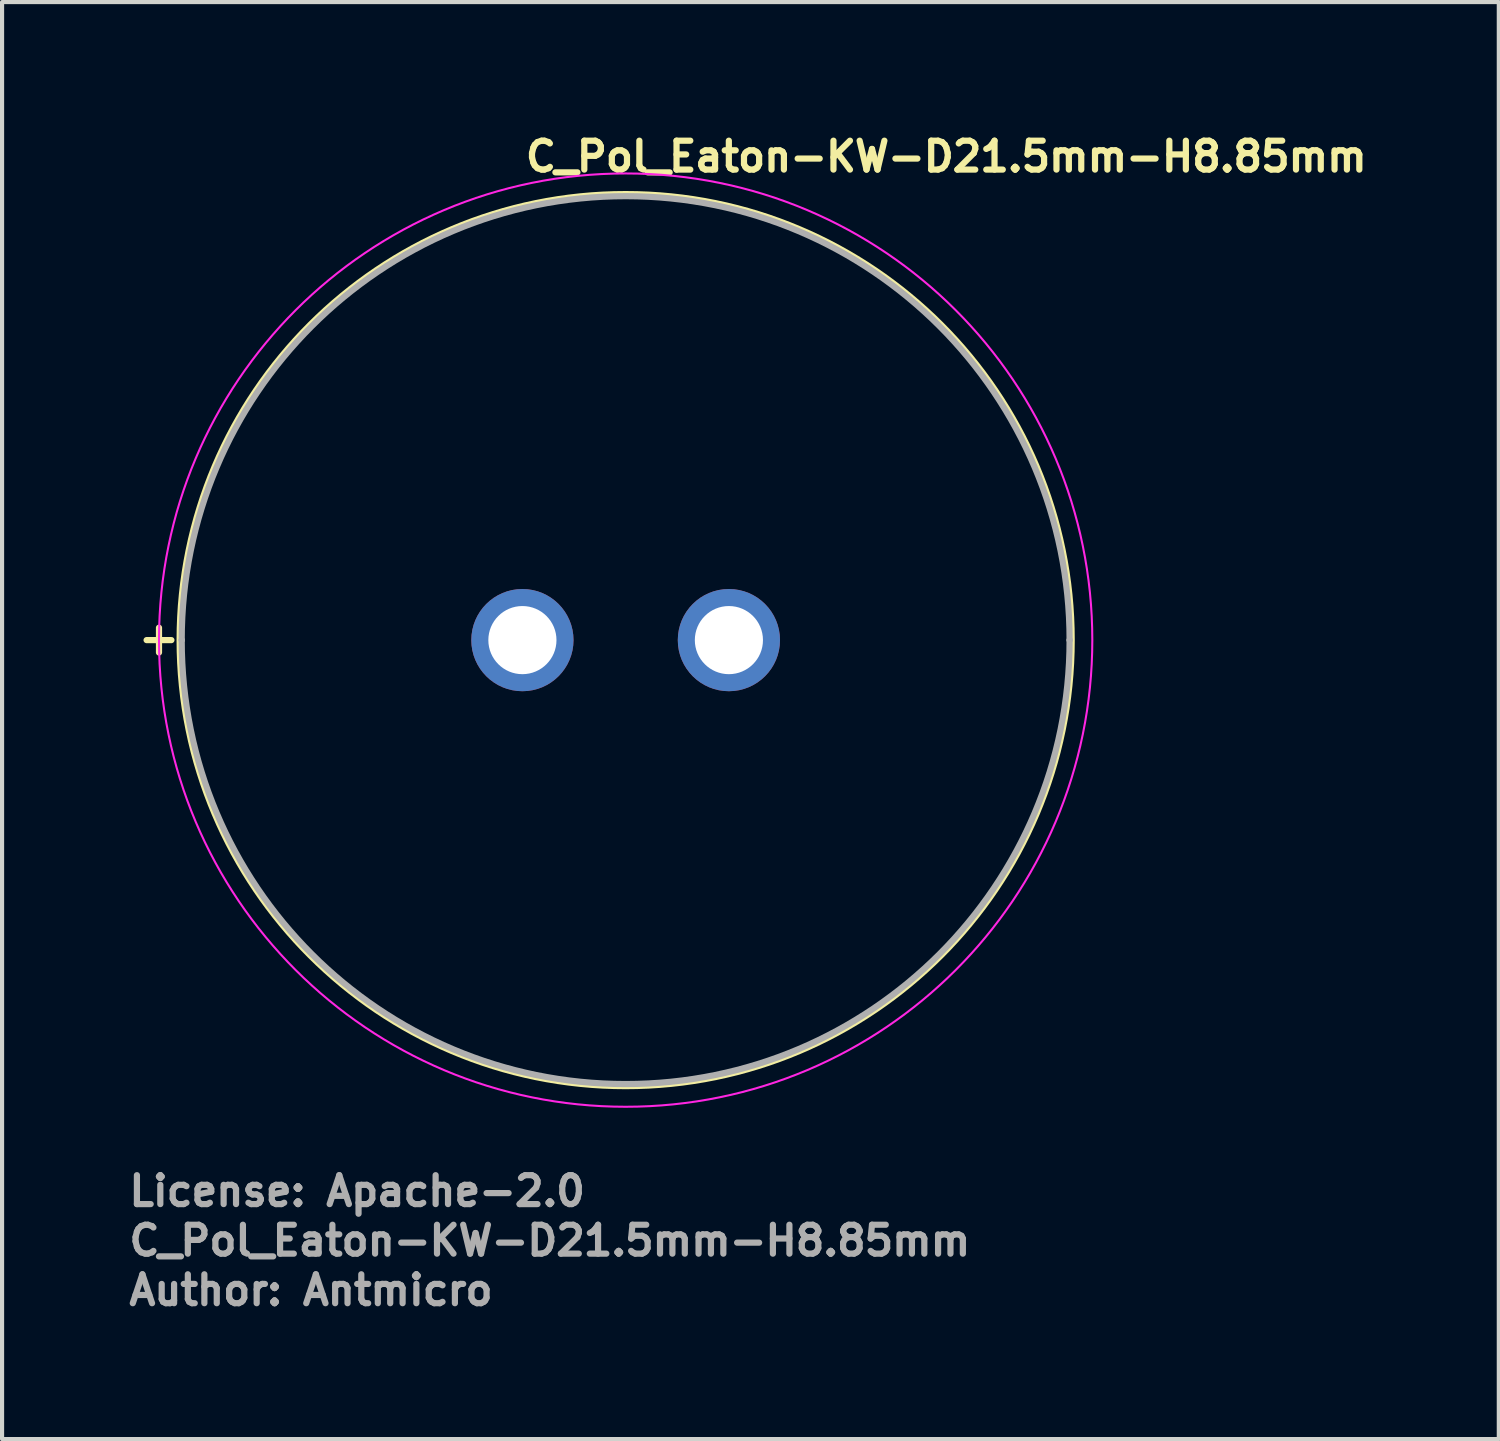
<source format=kicad_pcb>
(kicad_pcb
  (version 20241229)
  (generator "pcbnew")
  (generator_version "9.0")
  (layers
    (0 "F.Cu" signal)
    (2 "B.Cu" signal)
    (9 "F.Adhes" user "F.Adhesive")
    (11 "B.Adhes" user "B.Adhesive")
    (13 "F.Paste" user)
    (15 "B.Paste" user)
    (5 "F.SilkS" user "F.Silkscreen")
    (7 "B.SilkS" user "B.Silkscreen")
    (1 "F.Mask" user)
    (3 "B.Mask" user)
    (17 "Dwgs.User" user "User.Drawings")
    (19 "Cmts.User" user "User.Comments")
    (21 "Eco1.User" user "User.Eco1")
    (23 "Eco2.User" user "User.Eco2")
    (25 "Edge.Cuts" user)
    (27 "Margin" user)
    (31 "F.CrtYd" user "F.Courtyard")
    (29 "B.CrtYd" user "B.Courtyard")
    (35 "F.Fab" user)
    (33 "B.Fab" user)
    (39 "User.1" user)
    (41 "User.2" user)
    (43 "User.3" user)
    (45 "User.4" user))
  (footprint "C_Pol_Eaton-KW-D21.5mm-H8.85mm"
    (layer "F.Cu")
    (at 9.6 12.45)
    (property "Reference" "C_Pol_Eaton-KW-D21.5mm-H8.85mm" (at 0 -11.3 0) (layer "F.SilkS") (effects (font (size 0.7 0.7) (thickness 0.15)) (justify left bottom)))
    (attr through_hole)
    (fp_line (start -8.8 -0.3) (end -8.8 0.3) (stroke (width 0.15) (type solid)) (layer "F.SilkS"))
    (fp_line (start -8.5 0) (end -9.1 0) (stroke (width 0.15) (type solid)) (layer "F.SilkS"))
    (fp_circle (center 2.5 0) (end 13.3 0) (stroke (width 0.15) (type solid)) (fill no) (layer "F.SilkS"))
    (fp_circle (center 2.5 0) (end 13.8 0) (stroke (width 0.05) (type solid)) (fill no) (layer "F.CrtYd"))
    (fp_line (start -8.25 0) (end -8.25 0) (stroke (width 0.15) (type solid)) (layer "F.Fab"))
    (fp_line (start 13.25 0) (end 13.25 0) (stroke (width 0.15) (type solid)) (layer "F.Fab"))
    (fp_arc (start -8.25 0) (mid 2.5 -10.75) (end 13.25 0) (stroke (width 0.15) (type solid)) (layer "F.Fab"))
    (fp_arc (start 13.25 0) (mid 2.5 10.75) (end -8.25 0) (stroke (width 0.15) (type solid)) (layer "F.Fab"))
    (fp_rect (start -8.25 -10.75) (end 13.25 10.75) (stroke (width 0.1) (type solid)) (fill no) (layer "User.5"))
    (fp_line (start -8.25 0) (end -8.226 0.716) (stroke (width 0.02) (type solid)) (layer "User.9"))
    (fp_line (start -8.244 -0.359) (end -8.25 0) (stroke (width 0.02) (type solid)) (layer "User.9"))
    (fp_line (start -8.226 -0.716) (end -8.244 -0.359) (stroke (width 0.02) (type solid)) (layer "User.9"))
    (fp_line (start -8.226 0.716) (end -8.154 1.423) (stroke (width 0.02) (type solid)) (layer "User.9"))
    (fp_line (start -8.196 -1.071) (end -8.226 -0.716) (stroke (width 0.02) (type solid)) (layer "User.9"))
    (fp_line (start -8.154 -1.423) (end -8.196 -1.071) (stroke (width 0.02) (type solid)) (layer "User.9"))
    (fp_line (start -8.154 1.423) (end -8.038 2.12) (stroke (width 0.02) (type solid)) (layer "User.9"))
    (fp_line (start -8.102 -1.773) (end -8.154 -1.423) (stroke (width 0.02) (type solid)) (layer "User.9"))
    (fp_line (start -8.038 -2.12) (end -8.102 -1.773) (stroke (width 0.02) (type solid)) (layer "User.9"))
    (fp_line (start -8.038 2.12) (end -7.877 2.804) (stroke (width 0.02) (type solid)) (layer "User.9"))
    (fp_line (start -7.963 -2.464) (end -8.038 -2.12) (stroke (width 0.02) (type solid)) (layer "User.9"))
    (fp_line (start -7.877 -2.804) (end -7.963 -2.464) (stroke (width 0.02) (type solid)) (layer "User.9"))
    (fp_line (start -7.877 2.804) (end -7.673 3.474) (stroke (width 0.02) (type solid)) (layer "User.9"))
    (fp_line (start -7.78 -3.141) (end -7.877 -2.804) (stroke (width 0.02) (type solid)) (layer "User.9"))
    (fp_line (start -7.673 -3.474) (end -7.78 -3.141) (stroke (width 0.02) (type solid)) (layer "User.9"))
    (fp_line (start -7.673 3.474) (end -7.426 4.127) (stroke (width 0.02) (type solid)) (layer "User.9"))
    (fp_line (start -7.555 -3.802) (end -7.673 -3.474) (stroke (width 0.02) (type solid)) (layer "User.9"))
    (fp_line (start -7.426 -4.127) (end -7.555 -3.802) (stroke (width 0.02) (type solid)) (layer "User.9"))
    (fp_line (start -7.426 4.127) (end -7.138 4.761) (stroke (width 0.02) (type solid)) (layer "User.9"))
    (fp_line (start -7.287 -4.446) (end -7.426 -4.127) (stroke (width 0.02) (type solid)) (layer "User.9"))
    (fp_line (start -7.138 -4.761) (end -7.287 -4.446) (stroke (width 0.02) (type solid)) (layer "User.9"))
    (fp_line (start -7.138 4.761) (end -6.809 5.375) (stroke (width 0.02) (type solid)) (layer "User.9"))
    (fp_line (start -6.809 -5.374) (end -6.978 -5.07) (stroke (width 0.02) (type solid)) (layer "User.9"))
    (fp_line (start -6.809 5.375) (end -6.442 5.966) (stroke (width 0.02) (type solid)) (layer "User.9"))
    (fp_line (start -6.63 -5.673) (end -6.809 -5.374) (stroke (width 0.02) (type solid)) (layer "User.9"))
    (fp_line (start -6.442 -5.966) (end -6.63 -5.673) (stroke (width 0.02) (type solid)) (layer "User.9"))
    (fp_line (start -6.442 5.966) (end -6.037 6.532) (stroke (width 0.02) (type solid)) (layer "User.9"))
    (fp_line (start -6.244 -6.252) (end -6.442 -5.966) (stroke (width 0.02) (type solid)) (layer "User.9"))
    (fp_line (start -6.037 -6.532) (end -6.244 -6.252) (stroke (width 0.02) (type solid)) (layer "User.9"))
    (fp_line (start -6.037 6.532) (end -5.595 7.073) (stroke (width 0.02) (type solid)) (layer "User.9"))
    (fp_line (start -5.82 -6.806) (end -6.037 -6.532) (stroke (width 0.02) (type solid)) (layer "User.9"))
    (fp_line (start -5.595 -7.073) (end -5.82 -6.806) (stroke (width 0.02) (type solid)) (layer "User.9"))
    (fp_line (start -5.595 7.073) (end -5.118 7.585) (stroke (width 0.02) (type solid)) (layer "User.9"))
    (fp_line (start -5.361 -7.332) (end -5.595 -7.073) (stroke (width 0.02) (type solid)) (layer "User.9"))
    (fp_line (start -5.118 -7.585) (end -5.361 -7.332) (stroke (width 0.02) (type solid)) (layer "User.9"))
    (fp_line (start -5.118 7.585) (end -4.606 8.066) (stroke (width 0.02) (type solid)) (layer "User.9"))
    (fp_line (start -4.866 -7.829) (end -5.118 -7.585) (stroke (width 0.02) (type solid)) (layer "User.9"))
    (fp_line (start -4.606 -8.066) (end -4.866 -7.829) (stroke (width 0.02) (type solid)) (layer "User.9"))
    (fp_line (start -4.606 8.066) (end -4.06 8.515) (stroke (width 0.02) (type solid)) (layer "User.9"))
    (fp_line (start -4.337 -8.295) (end -4.606 -8.066) (stroke (width 0.02) (type solid)) (layer "User.9"))
    (fp_line (start -4.06 -8.515) (end -4.337 -8.295) (stroke (width 0.02) (type solid)) (layer "User.9"))
    (fp_line (start -4.06 8.515) (end -3.483 8.93) (stroke (width 0.02) (type solid)) (layer "User.9"))
    (fp_line (start -3.776 -8.727) (end -4.06 -8.515) (stroke (width 0.02) (type solid)) (layer "User.9"))
    (fp_line (start -3.483 -8.93) (end -3.776 -8.727) (stroke (width 0.02) (type solid)) (layer "User.9"))
    (fp_line (start -3.483 8.93) (end -2.874 9.309) (stroke (width 0.02) (type solid)) (layer "User.9"))
    (fp_line (start -3.183 -9.125) (end -3.483 -8.93) (stroke (width 0.02) (type solid)) (layer "User.9"))
    (fp_line (start -2.875 -9.309) (end -3.183 -9.125) (stroke (width 0.02) (type solid)) (layer "User.9"))
    (fp_line (start -2.875 -9.309) (end -2.875 -9.309) (stroke (width 0.02) (type solid)) (layer "User.9"))
    (fp_line (start -2.874 9.309) (end -2.874 9.309) (stroke (width 0.02) (type solid)) (layer "User.9"))
    (fp_line (start -2.874 9.309) (end -2.242 9.647) (stroke (width 0.02) (type solid)) (layer "User.9"))
    (fp_line (start -2.242 -9.647) (end -2.875 -9.309) (stroke (width 0.02) (type solid)) (layer "User.9"))
    (fp_line (start -2.242 9.647) (end -1.594 9.939) (stroke (width 0.02) (type solid)) (layer "User.9"))
    (fp_line (start -1.594 -9.939) (end -2.242 -9.647) (stroke (width 0.02) (type solid)) (layer "User.9"))
    (fp_line (start -1.594 9.939) (end -0.932 10.187) (stroke (width 0.02) (type solid)) (layer "User.9"))
    (fp_line (start -0.932 -10.187) (end -1.594 -9.939) (stroke (width 0.02) (type solid)) (layer "User.9"))
    (fp_line (start -0.932 10.187) (end -0.259 10.389) (stroke (width 0.02) (type solid)) (layer "User.9"))
    (fp_line (start -0.259 -10.389) (end -0.932 -10.187) (stroke (width 0.02) (type solid)) (layer "User.9"))
    (fp_line (start -0.259 10.389) (end 0.422 10.547) (stroke (width 0.02) (type solid)) (layer "User.9"))
    (fp_line (start 0.422 -10.547) (end -0.259 -10.389) (stroke (width 0.02) (type solid)) (layer "User.9"))
    (fp_line (start 0.422 10.547) (end 1.111 10.659) (stroke (width 0.02) (type solid)) (layer "User.9"))
    (fp_line (start 1.111 -10.659) (end 0.422 -10.547) (stroke (width 0.02) (type solid)) (layer "User.9"))
    (fp_line (start 1.111 10.659) (end 1.804 10.727) (stroke (width 0.02) (type solid)) (layer "User.9"))
    (fp_line (start 1.804 -10.727) (end 1.111 -10.659) (stroke (width 0.02) (type solid)) (layer "User.9"))
    (fp_line (start 1.804 10.727) (end 2.5 10.75) (stroke (width 0.02) (type solid)) (layer "User.9"))
    (fp_line (start 2.499 -10.75) (end 1.804 -10.727) (stroke (width 0.02) (type solid)) (layer "User.9"))
    (fp_line (start 2.5 10.75) (end 3.195 10.727) (stroke (width 0.02) (type solid)) (layer "User.9"))
    (fp_line (start 3.195 -10.727) (end 2.499 -10.75) (stroke (width 0.02) (type solid)) (layer "User.9"))
    (fp_line (start 3.195 10.727) (end 3.888 10.659) (stroke (width 0.02) (type solid)) (layer "User.9"))
    (fp_line (start 3.888 -10.659) (end 3.195 -10.727) (stroke (width 0.02) (type solid)) (layer "User.9"))
    (fp_line (start 3.888 10.659) (end 4.577 10.547) (stroke (width 0.02) (type solid)) (layer "User.9"))
    (fp_line (start 4.577 -10.547) (end 3.888 -10.659) (stroke (width 0.02) (type solid)) (layer "User.9"))
    (fp_line (start 4.577 10.547) (end 5.259 10.389) (stroke (width 0.02) (type solid)) (layer "User.9"))
    (fp_line (start 5.259 -10.389) (end 4.577 -10.547) (stroke (width 0.02) (type solid)) (layer "User.9"))
    (fp_line (start 5.259 10.389) (end 5.932 10.187) (stroke (width 0.02) (type solid)) (layer "User.9"))
    (fp_line (start 5.932 -10.187) (end 5.259 -10.389) (stroke (width 0.02) (type solid)) (layer "User.9"))
    (fp_line (start 5.932 10.187) (end 6.594 9.939) (stroke (width 0.02) (type solid)) (layer "User.9"))
    (fp_line (start 6.594 -9.939) (end 5.932 -10.187) (stroke (width 0.02) (type solid)) (layer "User.9"))
    (fp_line (start 6.594 9.939) (end 7.242 9.647) (stroke (width 0.02) (type solid)) (layer "User.9"))
    (fp_line (start 7.242 -9.647) (end 6.594 -9.939) (stroke (width 0.02) (type solid)) (layer "User.9"))
    (fp_line (start 7.242 9.647) (end 7.874 9.309) (stroke (width 0.02) (type solid)) (layer "User.9"))
    (fp_line (start 7.874 9.309) (end 7.874 9.309) (stroke (width 0.02) (type solid)) (layer "User.9"))
    (fp_line (start 7.874 9.309) (end 8.183 9.125) (stroke (width 0.02) (type solid)) (layer "User.9"))
    (fp_line (start 7.875 -9.309) (end 7.242 -9.647) (stroke (width 0.02) (type solid)) (layer "User.9"))
    (fp_line (start 7.875 -9.309) (end 7.875 -9.309) (stroke (width 0.02) (type solid)) (layer "User.9"))
    (fp_line (start 8.183 9.125) (end 8.483 8.93) (stroke (width 0.02) (type solid)) (layer "User.9"))
    (fp_line (start 8.483 -8.93) (end 7.875 -9.309) (stroke (width 0.02) (type solid)) (layer "User.9"))
    (fp_line (start 8.483 8.93) (end 8.776 8.727) (stroke (width 0.02) (type solid)) (layer "User.9"))
    (fp_line (start 8.776 8.727) (end 9.06 8.515) (stroke (width 0.02) (type solid)) (layer "User.9"))
    (fp_line (start 9.06 -8.515) (end 8.483 -8.93) (stroke (width 0.02) (type solid)) (layer "User.9"))
    (fp_line (start 9.06 8.515) (end 9.337 8.295) (stroke (width 0.02) (type solid)) (layer "User.9"))
    (fp_line (start 9.337 8.295) (end 9.606 8.066) (stroke (width 0.02) (type solid)) (layer "User.9"))
    (fp_line (start 9.606 -8.066) (end 9.06 -8.515) (stroke (width 0.02) (type solid)) (layer "User.9"))
    (fp_line (start 9.606 8.066) (end 9.866 7.829) (stroke (width 0.02) (type solid)) (layer "User.9"))
    (fp_line (start 9.866 7.829) (end 10.118 7.585) (stroke (width 0.02) (type solid)) (layer "User.9"))
    (fp_line (start 10.118 -7.585) (end 9.606 -8.066) (stroke (width 0.02) (type solid)) (layer "User.9"))
    (fp_line (start 10.118 7.585) (end 10.361 7.332) (stroke (width 0.02) (type solid)) (layer "User.9"))
    (fp_line (start 10.361 7.332) (end 10.595 7.073) (stroke (width 0.02) (type solid)) (layer "User.9"))
    (fp_line (start 10.595 -7.073) (end 10.118 -7.585) (stroke (width 0.02) (type solid)) (layer "User.9"))
    (fp_line (start 10.595 7.073) (end 10.82 6.806) (stroke (width 0.02) (type solid)) (layer "User.9"))
    (fp_line (start 10.82 6.806) (end 11.037 6.532) (stroke (width 0.02) (type solid)) (layer "User.9"))
    (fp_line (start 11.037 -6.532) (end 10.595 -7.073) (stroke (width 0.02) (type solid)) (layer "User.9"))
    (fp_line (start 11.037 6.532) (end 11.244 6.252) (stroke (width 0.02) (type solid)) (layer "User.9"))
    (fp_line (start 11.244 6.252) (end 11.442 5.966) (stroke (width 0.02) (type solid)) (layer "User.9"))
    (fp_line (start 11.442 -5.966) (end 11.037 -6.532) (stroke (width 0.02) (type solid)) (layer "User.9"))
    (fp_line (start 11.442 5.966) (end 11.63 5.673) (stroke (width 0.02) (type solid)) (layer "User.9"))
    (fp_line (start 11.63 5.673) (end 11.809 5.375) (stroke (width 0.02) (type solid)) (layer "User.9"))
    (fp_line (start 11.809 -5.375) (end 11.442 -5.966) (stroke (width 0.02) (type solid)) (layer "User.9"))
    (fp_line (start 11.809 5.375) (end 11.978 5.07) (stroke (width 0.02) (type solid)) (layer "User.9"))
    (fp_line (start 11.978 5.07) (end 12.138 4.761) (stroke (width 0.02) (type solid)) (layer "User.9"))
    (fp_line (start 12.138 -4.761) (end 11.809 -5.375) (stroke (width 0.02) (type solid)) (layer "User.9"))
    (fp_line (start 12.138 4.761) (end 12.287 4.446) (stroke (width 0.02) (type solid)) (layer "User.9"))
    (fp_line (start 12.287 4.446) (end 12.426 4.127) (stroke (width 0.02) (type solid)) (layer "User.9"))
    (fp_line (start 12.426 -4.127) (end 12.138 -4.761) (stroke (width 0.02) (type solid)) (layer "User.9"))
    (fp_line (start 12.426 4.127) (end 12.555 3.802) (stroke (width 0.02) (type solid)) (layer "User.9"))
    (fp_line (start 12.555 3.802) (end 12.673 3.474) (stroke (width 0.02) (type solid)) (layer "User.9"))
    (fp_line (start 12.673 -3.474) (end 12.426 -4.127) (stroke (width 0.02) (type solid)) (layer "User.9"))
    (fp_line (start 12.673 3.474) (end 12.78 3.141) (stroke (width 0.02) (type solid)) (layer "User.9"))
    (fp_line (start 12.78 3.141) (end 12.877 2.804) (stroke (width 0.02) (type solid)) (layer "User.9"))
    (fp_line (start 12.877 -2.804) (end 12.673 -3.474) (stroke (width 0.02) (type solid)) (layer "User.9"))
    (fp_line (start 12.877 2.804) (end 12.963 2.464) (stroke (width 0.02) (type solid)) (layer "User.9"))
    (fp_line (start 12.963 2.464) (end 13.038 2.12) (stroke (width 0.02) (type solid)) (layer "User.9"))
    (fp_line (start 13.038 -2.12) (end 12.877 -2.804) (stroke (width 0.02) (type solid)) (layer "User.9"))
    (fp_line (start 13.038 2.12) (end 13.102 1.773) (stroke (width 0.02) (type solid)) (layer "User.9"))
    (fp_line (start 13.102 1.773) (end 13.155 1.423) (stroke (width 0.02) (type solid)) (layer "User.9"))
    (fp_line (start 13.155 -1.423) (end 13.038 -2.12) (stroke (width 0.02) (type solid)) (layer "User.9"))
    (fp_line (start 13.155 1.423) (end 13.196 1.071) (stroke (width 0.02) (type solid)) (layer "User.9"))
    (fp_line (start 13.196 1.071) (end 13.226 0.716) (stroke (width 0.02) (type solid)) (layer "User.9"))
    (fp_line (start 13.226 -0.716) (end 13.155 -1.423) (stroke (width 0.02) (type solid)) (layer "User.9"))
    (fp_line (start 13.226 0.716) (end 13.244 0.359) (stroke (width 0.02) (type solid)) (layer "User.9"))
    (fp_line (start 13.244 0.359) (end 13.25 0) (stroke (width 0.02) (type solid)) (layer "User.9"))
    (fp_line (start 13.25 0) (end 13.226 -0.716) (stroke (width 0.02) (type solid)) (layer "User.9"))
    (fp_text user "${REFERENCE}" (at -9.6 14.95 0) (layer "F.Fab") (effects (font (size 0.7 0.7) (thickness 0.15)) (justify left bottom)))
    (fp_text user "License: Apache-2.0" (at -9.6 13.75 0) (layer "F.Fab") (effects (font (size 0.7 0.7) (thickness 0.15)) (justify left bottom)))
    (fp_text user "Author: Antmicro" (at -9.6 16.15 0) (layer "F.Fab") (effects (font (size 0.7 0.7) (thickness 0.15)) (justify left bottom)))
    (pad "1" thru_hole circle (at 0 0) (size 2.475 2.475) (drill 1.65) (layers "*.Cu" "*.Mask"))
    (pad "2" thru_hole circle (at 5 0) (size 2.475 2.475) (drill 1.65) (layers "*.Cu" "*.Mask")))
  (gr_rect
    (start -3 -3)
    (end 33.243 31.796)
    (stroke (width 0.1) (type default))
    (fill no)
    (layer "Edge.Cuts")))
</source>
